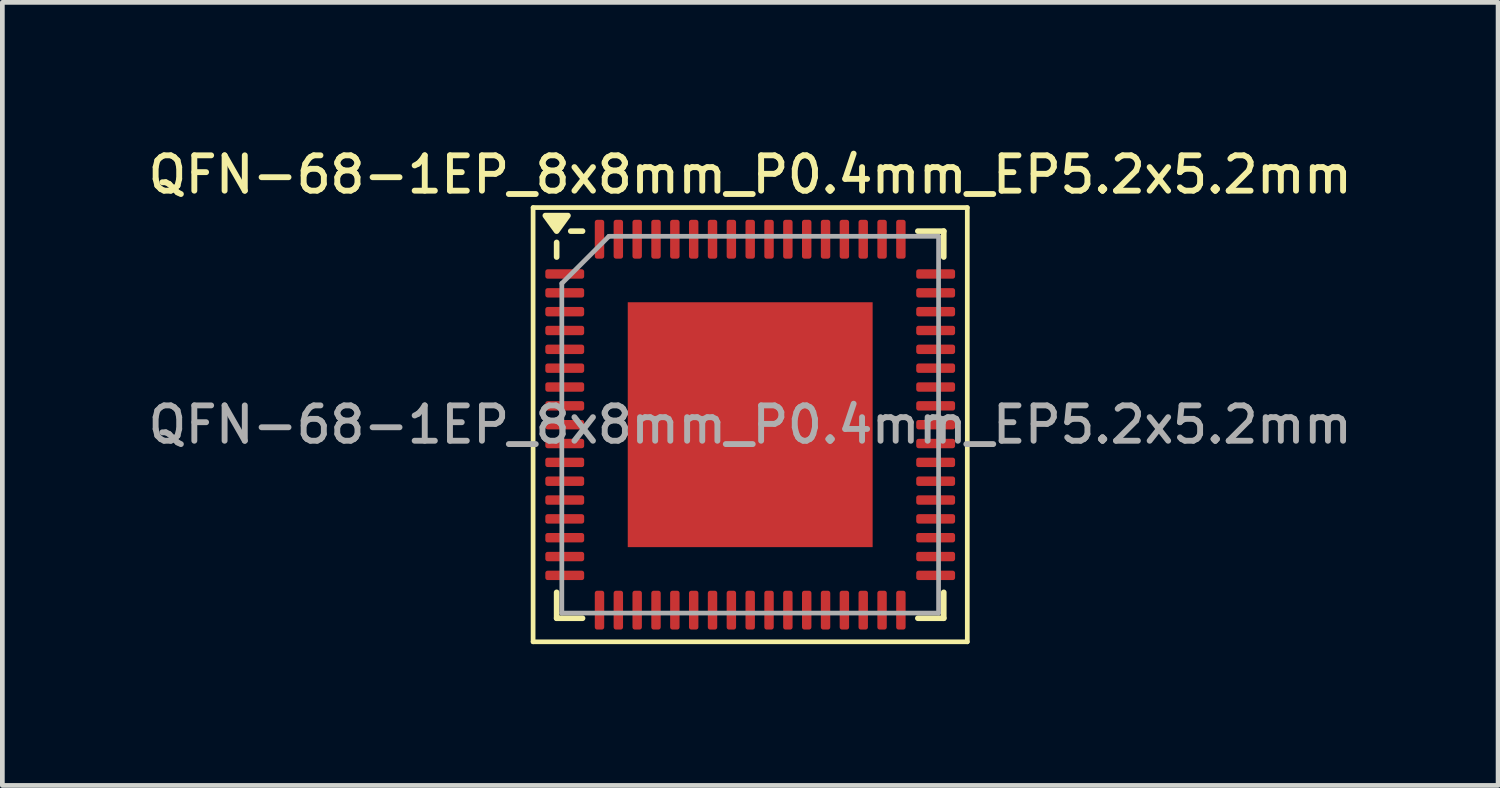
<source format=kicad_pcb>
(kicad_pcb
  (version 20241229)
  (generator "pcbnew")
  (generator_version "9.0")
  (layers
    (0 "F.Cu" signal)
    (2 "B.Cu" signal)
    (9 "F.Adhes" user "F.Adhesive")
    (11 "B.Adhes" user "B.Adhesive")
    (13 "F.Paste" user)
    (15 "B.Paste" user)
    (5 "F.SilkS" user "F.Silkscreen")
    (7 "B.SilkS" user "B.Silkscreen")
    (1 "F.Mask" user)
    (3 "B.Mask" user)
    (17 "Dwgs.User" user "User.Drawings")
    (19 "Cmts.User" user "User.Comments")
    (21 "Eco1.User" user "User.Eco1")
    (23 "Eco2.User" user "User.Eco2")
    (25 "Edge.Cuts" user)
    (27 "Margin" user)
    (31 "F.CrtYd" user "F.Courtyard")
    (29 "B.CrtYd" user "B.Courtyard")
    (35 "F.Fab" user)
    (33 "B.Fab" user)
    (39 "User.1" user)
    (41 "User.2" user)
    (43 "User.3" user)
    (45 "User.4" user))
  (footprint "QFN-68-1EP_8x8mm_P0.4mm_EP5.2x5.2mm"
    (layer "F.Cu")
    (at 12.88 5.968)
    (property "Reference" "QFN-68-1EP_8x8mm_P0.4mm_EP5.2x5.2mm" (at 0 -5.31 0) (layer "F.SilkS") (effects (font (size 0.75 0.75) (thickness 0.125))))
    (attr smd)
    (fp_line (start -4.61 -4.61) (end -4.61 4.61) (stroke (width 0.1) (type solid)) (layer "F.SilkS"))
    (fp_line (start -4.61 4.61) (end 4.61 4.61) (stroke (width 0.1) (type solid)) (layer "F.SilkS"))
    (fp_line (start -4.11 -3.56) (end -4.11 -3.87) (stroke (width 0.12) (type solid)) (layer "F.SilkS"))
    (fp_line (start -4.11 4.11) (end -4.11 3.56) (stroke (width 0.12) (type solid)) (layer "F.SilkS"))
    (fp_line (start -3.56 -4.11) (end -3.81 -4.11) (stroke (width 0.12) (type solid)) (layer "F.SilkS"))
    (fp_line (start -3.56 4.11) (end -4.11 4.11) (stroke (width 0.12) (type solid)) (layer "F.SilkS"))
    (fp_line (start 3.56 -4.11) (end 4.11 -4.11) (stroke (width 0.12) (type solid)) (layer "F.SilkS"))
    (fp_line (start 3.56 4.11) (end 4.11 4.11) (stroke (width 0.12) (type solid)) (layer "F.SilkS"))
    (fp_line (start 4.11 -4.11) (end 4.11 -3.56) (stroke (width 0.12) (type solid)) (layer "F.SilkS"))
    (fp_line (start 4.11 4.11) (end 4.11 3.56) (stroke (width 0.12) (type solid)) (layer "F.SilkS"))
    (fp_line (start 4.61 -4.61) (end -4.61 -4.61) (stroke (width 0.1) (type solid)) (layer "F.SilkS"))
    (fp_line (start 4.61 4.61) (end 4.61 -4.61) (stroke (width 0.1) (type solid)) (layer "F.SilkS"))
    (fp_poly (pts (xy -4.11 -4.11) (xy -4.35 -4.44) (xy -3.87 -4.44) (xy -4.11 -4.11)) (stroke (width 0.12) (type solid)) (fill yes) (layer "F.SilkS"))
    (fp_line (start -4 -3) (end -3 -4) (stroke (width 0.1) (type solid)) (layer "F.Fab"))
    (fp_line (start -4 4) (end -4 -3) (stroke (width 0.1) (type solid)) (layer "F.Fab"))
    (fp_line (start -3 -4) (end 4 -4) (stroke (width 0.1) (type solid)) (layer "F.Fab"))
    (fp_line (start 4 -4) (end 4 4) (stroke (width 0.1) (type solid)) (layer "F.Fab"))
    (fp_line (start 4 4) (end -4 4) (stroke (width 0.1) (type solid)) (layer "F.Fab"))
    (fp_text user "${REFERENCE}" (at 0 0 0) (layer "F.Fab") (effects (font (size 0.75 0.75) (thickness 0.125))))
    (pad "" smd roundrect (at -1.95 -1.95) (size 1.05 1.05) (layers "F.Paste") (roundrect_rratio 0.238))
    (pad "" smd roundrect (at -1.95 -0.65) (size 1.05 1.05) (layers "F.Paste") (roundrect_rratio 0.238))
    (pad "" smd roundrect (at -1.95 0.65) (size 1.05 1.05) (layers "F.Paste") (roundrect_rratio 0.238))
    (pad "" smd roundrect (at -1.95 1.95) (size 1.05 1.05) (layers "F.Paste") (roundrect_rratio 0.238))
    (pad "" smd roundrect (at -0.65 -1.95) (size 1.05 1.05) (layers "F.Paste") (roundrect_rratio 0.238))
    (pad "" smd roundrect (at -0.65 -0.65) (size 1.05 1.05) (layers "F.Paste") (roundrect_rratio 0.238))
    (pad "" smd roundrect (at -0.65 0.65) (size 1.05 1.05) (layers "F.Paste") (roundrect_rratio 0.238))
    (pad "" smd roundrect (at -0.65 1.95) (size 1.05 1.05) (layers "F.Paste") (roundrect_rratio 0.238))
    (pad "" smd roundrect (at 0.65 -1.95) (size 1.05 1.05) (layers "F.Paste") (roundrect_rratio 0.238))
    (pad "" smd roundrect (at 0.65 -0.65) (size 1.05 1.05) (layers "F.Paste") (roundrect_rratio 0.238))
    (pad "" smd roundrect (at 0.65 0.65) (size 1.05 1.05) (layers "F.Paste") (roundrect_rratio 0.238))
    (pad "" smd roundrect (at 0.65 1.95) (size 1.05 1.05) (layers "F.Paste") (roundrect_rratio 0.238))
    (pad "" smd roundrect (at 1.95 -1.95) (size 1.05 1.05) (layers "F.Paste") (roundrect_rratio 0.238))
    (pad "" smd roundrect (at 1.95 -0.65) (size 1.05 1.05) (layers "F.Paste") (roundrect_rratio 0.238))
    (pad "" smd roundrect (at 1.95 0.65) (size 1.05 1.05) (layers "F.Paste") (roundrect_rratio 0.238))
    (pad "" smd roundrect (at 1.95 1.95) (size 1.05 1.05) (layers "F.Paste") (roundrect_rratio 0.238))
    (pad "1" smd roundrect (at -3.938 -3.2) (size 0.825 0.2) (layers "F.Cu" "F.Mask" "F.Paste") (roundrect_rratio 0.25))
    (pad "2" smd roundrect (at -3.938 -2.8) (size 0.825 0.2) (layers "F.Cu" "F.Mask" "F.Paste") (roundrect_rratio 0.25))
    (pad "3" smd roundrect (at -3.938 -2.4) (size 0.825 0.2) (layers "F.Cu" "F.Mask" "F.Paste") (roundrect_rratio 0.25))
    (pad "4" smd roundrect (at -3.938 -2) (size 0.825 0.2) (layers "F.Cu" "F.Mask" "F.Paste") (roundrect_rratio 0.25))
    (pad "5" smd roundrect (at -3.938 -1.6) (size 0.825 0.2) (layers "F.Cu" "F.Mask" "F.Paste") (roundrect_rratio 0.25))
    (pad "6" smd roundrect (at -3.938 -1.2) (size 0.825 0.2) (layers "F.Cu" "F.Mask" "F.Paste") (roundrect_rratio 0.25))
    (pad "7" smd roundrect (at -3.938 -0.8) (size 0.825 0.2) (layers "F.Cu" "F.Mask" "F.Paste") (roundrect_rratio 0.25))
    (pad "8" smd roundrect (at -3.938 -0.4) (size 0.825 0.2) (layers "F.Cu" "F.Mask" "F.Paste") (roundrect_rratio 0.25))
    (pad "9" smd roundrect (at -3.938 0) (size 0.825 0.2) (layers "F.Cu" "F.Mask" "F.Paste") (roundrect_rratio 0.25))
    (pad "10" smd roundrect (at -3.938 0.4) (size 0.825 0.2) (layers "F.Cu" "F.Mask" "F.Paste") (roundrect_rratio 0.25))
    (pad "11" smd roundrect (at -3.938 0.8) (size 0.825 0.2) (layers "F.Cu" "F.Mask" "F.Paste") (roundrect_rratio 0.25))
    (pad "12" smd roundrect (at -3.938 1.2) (size 0.825 0.2) (layers "F.Cu" "F.Mask" "F.Paste") (roundrect_rratio 0.25))
    (pad "13" smd roundrect (at -3.938 1.6) (size 0.825 0.2) (layers "F.Cu" "F.Mask" "F.Paste") (roundrect_rratio 0.25))
    (pad "14" smd roundrect (at -3.938 2) (size 0.825 0.2) (layers "F.Cu" "F.Mask" "F.Paste") (roundrect_rratio 0.25))
    (pad "15" smd roundrect (at -3.938 2.4) (size 0.825 0.2) (layers "F.Cu" "F.Mask" "F.Paste") (roundrect_rratio 0.25))
    (pad "16" smd roundrect (at -3.938 2.8) (size 0.825 0.2) (layers "F.Cu" "F.Mask" "F.Paste") (roundrect_rratio 0.25))
    (pad "17" smd roundrect (at -3.938 3.2) (size 0.825 0.2) (layers "F.Cu" "F.Mask" "F.Paste") (roundrect_rratio 0.25))
    (pad "18" smd roundrect (at -3.2 3.938) (size 0.2 0.825) (layers "F.Cu" "F.Mask" "F.Paste") (roundrect_rratio 0.25))
    (pad "19" smd roundrect (at -2.8 3.938) (size 0.2 0.825) (layers "F.Cu" "F.Mask" "F.Paste") (roundrect_rratio 0.25))
    (pad "20" smd roundrect (at -2.4 3.938) (size 0.2 0.825) (layers "F.Cu" "F.Mask" "F.Paste") (roundrect_rratio 0.25))
    (pad "21" smd roundrect (at -2 3.938) (size 0.2 0.825) (layers "F.Cu" "F.Mask" "F.Paste") (roundrect_rratio 0.25))
    (pad "22" smd roundrect (at -1.6 3.938) (size 0.2 0.825) (layers "F.Cu" "F.Mask" "F.Paste") (roundrect_rratio 0.25))
    (pad "23" smd roundrect (at -1.2 3.938) (size 0.2 0.825) (layers "F.Cu" "F.Mask" "F.Paste") (roundrect_rratio 0.25))
    (pad "24" smd roundrect (at -0.8 3.938) (size 0.2 0.825) (layers "F.Cu" "F.Mask" "F.Paste") (roundrect_rratio 0.25))
    (pad "25" smd roundrect (at -0.4 3.938) (size 0.2 0.825) (layers "F.Cu" "F.Mask" "F.Paste") (roundrect_rratio 0.25))
    (pad "26" smd roundrect (at 0 3.938) (size 0.2 0.825) (layers "F.Cu" "F.Mask" "F.Paste") (roundrect_rratio 0.25))
    (pad "27" smd roundrect (at 0.4 3.938) (size 0.2 0.825) (layers "F.Cu" "F.Mask" "F.Paste") (roundrect_rratio 0.25))
    (pad "28" smd roundrect (at 0.8 3.938) (size 0.2 0.825) (layers "F.Cu" "F.Mask" "F.Paste") (roundrect_rratio 0.25))
    (pad "29" smd roundrect (at 1.2 3.938) (size 0.2 0.825) (layers "F.Cu" "F.Mask" "F.Paste") (roundrect_rratio 0.25))
    (pad "30" smd roundrect (at 1.6 3.938) (size 0.2 0.825) (layers "F.Cu" "F.Mask" "F.Paste") (roundrect_rratio 0.25))
    (pad "31" smd roundrect (at 2 3.938) (size 0.2 0.825) (layers "F.Cu" "F.Mask" "F.Paste") (roundrect_rratio 0.25))
    (pad "32" smd roundrect (at 2.4 3.938) (size 0.2 0.825) (layers "F.Cu" "F.Mask" "F.Paste") (roundrect_rratio 0.25))
    (pad "33" smd roundrect (at 2.8 3.938) (size 0.2 0.825) (layers "F.Cu" "F.Mask" "F.Paste") (roundrect_rratio 0.25))
    (pad "34" smd roundrect (at 3.2 3.938) (size 0.2 0.825) (layers "F.Cu" "F.Mask" "F.Paste") (roundrect_rratio 0.25))
    (pad "35" smd roundrect (at 3.938 3.2) (size 0.825 0.2) (layers "F.Cu" "F.Mask" "F.Paste") (roundrect_rratio 0.25))
    (pad "36" smd roundrect (at 3.938 2.8) (size 0.825 0.2) (layers "F.Cu" "F.Mask" "F.Paste") (roundrect_rratio 0.25))
    (pad "37" smd roundrect (at 3.938 2.4) (size 0.825 0.2) (layers "F.Cu" "F.Mask" "F.Paste") (roundrect_rratio 0.25))
    (pad "38" smd roundrect (at 3.938 2) (size 0.825 0.2) (layers "F.Cu" "F.Mask" "F.Paste") (roundrect_rratio 0.25))
    (pad "39" smd roundrect (at 3.938 1.6) (size 0.825 0.2) (layers "F.Cu" "F.Mask" "F.Paste") (roundrect_rratio 0.25))
    (pad "40" smd roundrect (at 3.938 1.2) (size 0.825 0.2) (layers "F.Cu" "F.Mask" "F.Paste") (roundrect_rratio 0.25))
    (pad "41" smd roundrect (at 3.938 0.8) (size 0.825 0.2) (layers "F.Cu" "F.Mask" "F.Paste") (roundrect_rratio 0.25))
    (pad "42" smd roundrect (at 3.938 0.4) (size 0.825 0.2) (layers "F.Cu" "F.Mask" "F.Paste") (roundrect_rratio 0.25))
    (pad "43" smd roundrect (at 3.938 0) (size 0.825 0.2) (layers "F.Cu" "F.Mask" "F.Paste") (roundrect_rratio 0.25))
    (pad "44" smd roundrect (at 3.938 -0.4) (size 0.825 0.2) (layers "F.Cu" "F.Mask" "F.Paste") (roundrect_rratio 0.25))
    (pad "45" smd roundrect (at 3.938 -0.8) (size 0.825 0.2) (layers "F.Cu" "F.Mask" "F.Paste") (roundrect_rratio 0.25))
    (pad "46" smd roundrect (at 3.938 -1.2) (size 0.825 0.2) (layers "F.Cu" "F.Mask" "F.Paste") (roundrect_rratio 0.25))
    (pad "47" smd roundrect (at 3.938 -1.6) (size 0.825 0.2) (layers "F.Cu" "F.Mask" "F.Paste") (roundrect_rratio 0.25))
    (pad "48" smd roundrect (at 3.938 -2) (size 0.825 0.2) (layers "F.Cu" "F.Mask" "F.Paste") (roundrect_rratio 0.25))
    (pad "49" smd roundrect (at 3.938 -2.4) (size 0.825 0.2) (layers "F.Cu" "F.Mask" "F.Paste") (roundrect_rratio 0.25))
    (pad "50" smd roundrect (at 3.938 -2.8) (size 0.825 0.2) (layers "F.Cu" "F.Mask" "F.Paste") (roundrect_rratio 0.25))
    (pad "51" smd roundrect (at 3.938 -3.2) (size 0.825 0.2) (layers "F.Cu" "F.Mask" "F.Paste") (roundrect_rratio 0.25))
    (pad "52" smd roundrect (at 3.2 -3.938) (size 0.2 0.825) (layers "F.Cu" "F.Mask" "F.Paste") (roundrect_rratio 0.25))
    (pad "53" smd roundrect (at 2.8 -3.938) (size 0.2 0.825) (layers "F.Cu" "F.Mask" "F.Paste") (roundrect_rratio 0.25))
    (pad "54" smd roundrect (at 2.4 -3.938) (size 0.2 0.825) (layers "F.Cu" "F.Mask" "F.Paste") (roundrect_rratio 0.25))
    (pad "55" smd roundrect (at 2 -3.938) (size 0.2 0.825) (layers "F.Cu" "F.Mask" "F.Paste") (roundrect_rratio 0.25))
    (pad "56" smd roundrect (at 1.6 -3.938) (size 0.2 0.825) (layers "F.Cu" "F.Mask" "F.Paste") (roundrect_rratio 0.25))
    (pad "57" smd roundrect (at 1.2 -3.938) (size 0.2 0.825) (layers "F.Cu" "F.Mask" "F.Paste") (roundrect_rratio 0.25))
    (pad "58" smd roundrect (at 0.8 -3.938) (size 0.2 0.825) (layers "F.Cu" "F.Mask" "F.Paste") (roundrect_rratio 0.25))
    (pad "59" smd roundrect (at 0.4 -3.938) (size 0.2 0.825) (layers "F.Cu" "F.Mask" "F.Paste") (roundrect_rratio 0.25))
    (pad "60" smd roundrect (at 0 -3.938) (size 0.2 0.825) (layers "F.Cu" "F.Mask" "F.Paste") (roundrect_rratio 0.25))
    (pad "61" smd roundrect (at -0.4 -3.938) (size 0.2 0.825) (layers "F.Cu" "F.Mask" "F.Paste") (roundrect_rratio 0.25))
    (pad "62" smd roundrect (at -0.8 -3.938) (size 0.2 0.825) (layers "F.Cu" "F.Mask" "F.Paste") (roundrect_rratio 0.25))
    (pad "63" smd roundrect (at -1.2 -3.938) (size 0.2 0.825) (layers "F.Cu" "F.Mask" "F.Paste") (roundrect_rratio 0.25))
    (pad "64" smd roundrect (at -1.6 -3.938) (size 0.2 0.825) (layers "F.Cu" "F.Mask" "F.Paste") (roundrect_rratio 0.25))
    (pad "65" smd roundrect (at -2 -3.938) (size 0.2 0.825) (layers "F.Cu" "F.Mask" "F.Paste") (roundrect_rratio 0.25))
    (pad "66" smd roundrect (at -2.4 -3.938) (size 0.2 0.825) (layers "F.Cu" "F.Mask" "F.Paste") (roundrect_rratio 0.25))
    (pad "67" smd roundrect (at -2.8 -3.938) (size 0.2 0.825) (layers "F.Cu" "F.Mask" "F.Paste") (roundrect_rratio 0.25))
    (pad "68" smd roundrect (at -3.2 -3.938) (size 0.2 0.825) (layers "F.Cu" "F.Mask" "F.Paste") (roundrect_rratio 0.25))
    (pad "69" smd rect (at 0 0) (size 5.2 5.2) (property pad_prop_heatsink) (layers "F.Cu" "F.Mask")))
  (gr_rect
    (start -3 -3)
    (end 28.761 13.628)
    (stroke (width 0.1) (type default))
    (fill no)
    (layer "Edge.Cuts")))
</source>
